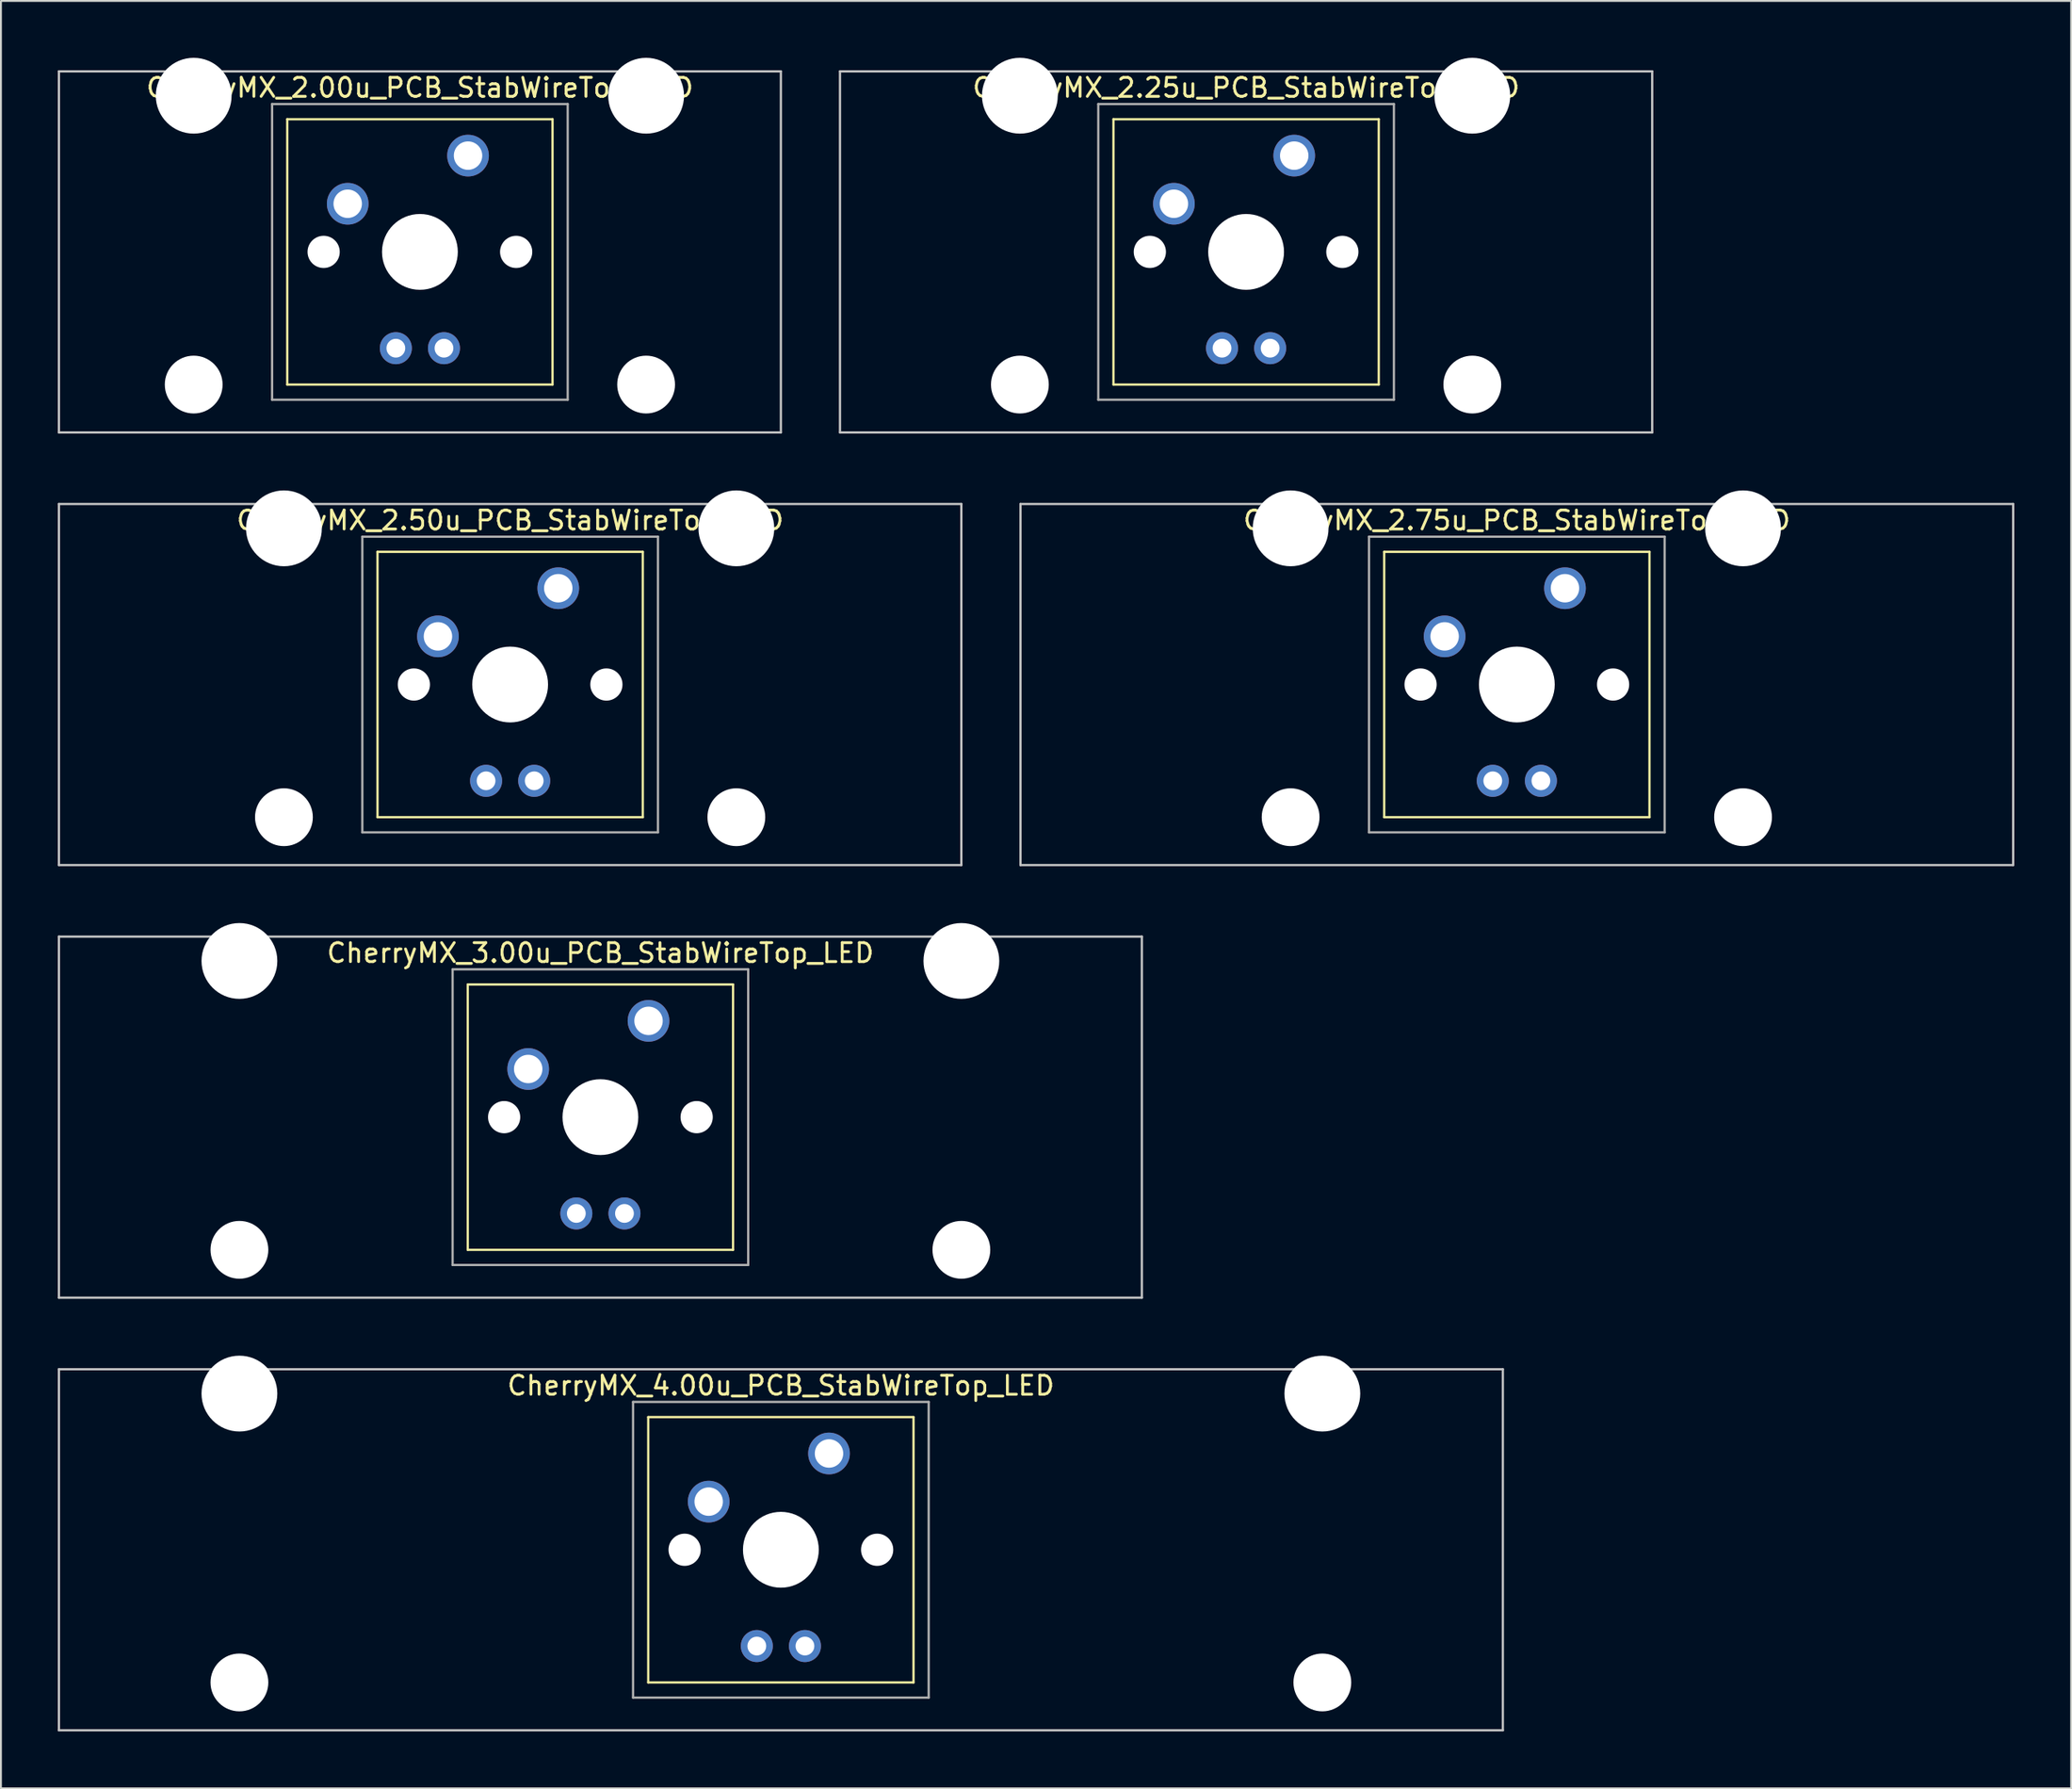
<source format=kicad_pcb>
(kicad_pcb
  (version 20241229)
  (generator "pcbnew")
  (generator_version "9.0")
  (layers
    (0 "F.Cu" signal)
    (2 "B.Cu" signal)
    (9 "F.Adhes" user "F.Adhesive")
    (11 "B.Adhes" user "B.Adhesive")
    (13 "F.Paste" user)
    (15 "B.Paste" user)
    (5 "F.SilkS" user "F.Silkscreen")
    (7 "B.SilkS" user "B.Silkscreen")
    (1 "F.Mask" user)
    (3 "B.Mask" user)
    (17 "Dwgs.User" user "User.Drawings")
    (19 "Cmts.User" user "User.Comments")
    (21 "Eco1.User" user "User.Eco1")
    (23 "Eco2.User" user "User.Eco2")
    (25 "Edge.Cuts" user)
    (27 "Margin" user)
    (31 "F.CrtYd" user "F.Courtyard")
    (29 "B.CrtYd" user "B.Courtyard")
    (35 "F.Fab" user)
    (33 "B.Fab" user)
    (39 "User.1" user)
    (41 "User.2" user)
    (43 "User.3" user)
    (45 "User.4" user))
  (footprint "CherryMX_2.50u_PCB_StabWireTop_LED"
    (layer "F.Cu")
    (at 23.872 33.065)
    (property "Reference" "CherryMX_2.50u_PCB_StabWireTop_LED" (at 0 -8.662 0) (layer "F.SilkS") (effects (font (size 1 1) (thickness 0.15))))
    (attr through_hole)
    (fp_line (start -7 -7) (end -7 7) (stroke (width 0.12) (type solid)) (layer "F.SilkS"))
    (fp_line (start -7 -7) (end 7 -7) (stroke (width 0.12) (type solid)) (layer "F.SilkS"))
    (fp_line (start 7 -7) (end 7 7) (stroke (width 0.12) (type solid)) (layer "F.SilkS"))
    (fp_line (start 7 7) (end -7 7) (stroke (width 0.12) (type solid)) (layer "F.SilkS"))
    (fp_line (start -23.812 -9.525) (end 23.812 -9.525) (stroke (width 0.12) (type solid)) (layer "Dwgs.User"))
    (fp_line (start -23.812 9.525) (end -23.812 -9.525) (stroke (width 0.12) (type solid)) (layer "Dwgs.User"))
    (fp_line (start 23.812 -9.525) (end 23.812 9.525) (stroke (width 0.12) (type solid)) (layer "Dwgs.User"))
    (fp_line (start 23.812 9.525) (end -23.812 9.525) (stroke (width 0.12) (type solid)) (layer "Dwgs.User"))
    (fp_line (start -7.8 -7.8) (end -7.8 7.8) (stroke (width 0.12) (type solid)) (layer "F.Fab"))
    (fp_line (start -7.8 -7.8) (end 7.8 -7.8) (stroke (width 0.12) (type solid)) (layer "F.Fab"))
    (fp_line (start -7.8 7.8) (end 7.8 7.8) (stroke (width 0.12) (type solid)) (layer "F.Fab"))
    (fp_line (start 7.8 -7.8) (end 7.8 7.8) (stroke (width 0.12) (type solid)) (layer "F.Fab"))
    (pad "" np_thru_hole circle (at -11.938 -8.24) (size 4 4) (drill 4) (layers "*.Cu" "*.Mask"))
    (pad "" np_thru_hole circle (at -11.938 7) (size 3.05 3.05) (drill 3.05) (layers "*.Cu" "*.Mask"))
    (pad "" np_thru_hole circle (at -5.08 0) (size 1.7 1.7) (drill 1.7) (layers "*.Cu" "*.Mask"))
    (pad "" np_thru_hole circle (at 0 0) (size 4 4) (drill 4) (layers "*.Cu" "*.Mask"))
    (pad "" np_thru_hole circle (at 5.08 0) (size 1.7 1.7) (drill 1.7) (layers "*.Cu" "*.Mask"))
    (pad "" np_thru_hole circle (at 11.938 -8.24) (size 4 4) (drill 4) (layers "*.Cu" "*.Mask"))
    (pad "" np_thru_hole circle (at 11.938 7) (size 3.05 3.05) (drill 3.05) (layers "*.Cu" "*.Mask"))
    (pad "1" thru_hole circle (at -3.81 -2.54) (size 2.2 2.2) (drill 1.5) (layers "*.Cu" "*.Mask"))
    (pad "2" thru_hole circle (at 2.54 -5.08) (size 2.2 2.2) (drill 1.5) (layers "*.Cu" "*.Mask"))
    (pad "3" thru_hole circle (at -1.27 5.08) (size 1.691 1.691) (drill 0.991) (layers "*.Cu" "*.Mask"))
    (pad "4" thru_hole circle (at 1.27 5.08) (size 1.691 1.691) (drill 0.991) (layers "*.Cu" "*.Mask")))
  (footprint "CherryMX_4.00u_PCB_StabWireTop_LED"
    (layer "F.Cu")
    (at 38.16 78.715)
    (property "Reference" "CherryMX_4.00u_PCB_StabWireTop_LED" (at 0 -8.662 0) (layer "F.SilkS") (effects (font (size 1 1) (thickness 0.15))))
    (attr through_hole)
    (fp_line (start -7 -7) (end -7 7) (stroke (width 0.12) (type solid)) (layer "F.SilkS"))
    (fp_line (start -7 -7) (end 7 -7) (stroke (width 0.12) (type solid)) (layer "F.SilkS"))
    (fp_line (start 7 -7) (end 7 7) (stroke (width 0.12) (type solid)) (layer "F.SilkS"))
    (fp_line (start 7 7) (end -7 7) (stroke (width 0.12) (type solid)) (layer "F.SilkS"))
    (fp_line (start -38.1 -9.525) (end 38.1 -9.525) (stroke (width 0.12) (type solid)) (layer "Dwgs.User"))
    (fp_line (start -38.1 9.525) (end -38.1 -9.525) (stroke (width 0.12) (type solid)) (layer "Dwgs.User"))
    (fp_line (start 38.1 -9.525) (end 38.1 9.525) (stroke (width 0.12) (type solid)) (layer "Dwgs.User"))
    (fp_line (start 38.1 9.525) (end -38.1 9.525) (stroke (width 0.12) (type solid)) (layer "Dwgs.User"))
    (fp_line (start -7.8 -7.8) (end -7.8 7.8) (stroke (width 0.12) (type solid)) (layer "F.Fab"))
    (fp_line (start -7.8 -7.8) (end 7.8 -7.8) (stroke (width 0.12) (type solid)) (layer "F.Fab"))
    (fp_line (start -7.8 7.8) (end 7.8 7.8) (stroke (width 0.12) (type solid)) (layer "F.Fab"))
    (fp_line (start 7.8 -7.8) (end 7.8 7.8) (stroke (width 0.12) (type solid)) (layer "F.Fab"))
    (pad "" np_thru_hole circle (at -28.575 -8.24) (size 4 4) (drill 4) (layers "*.Cu" "*.Mask"))
    (pad "" np_thru_hole circle (at -28.575 7) (size 3.05 3.05) (drill 3.05) (layers "*.Cu" "*.Mask"))
    (pad "" np_thru_hole circle (at -5.08 0) (size 1.7 1.7) (drill 1.7) (layers "*.Cu" "*.Mask"))
    (pad "" np_thru_hole circle (at 0 0) (size 4 4) (drill 4) (layers "*.Cu" "*.Mask"))
    (pad "" np_thru_hole circle (at 5.08 0) (size 1.7 1.7) (drill 1.7) (layers "*.Cu" "*.Mask"))
    (pad "" np_thru_hole circle (at 28.575 -8.24) (size 4 4) (drill 4) (layers "*.Cu" "*.Mask"))
    (pad "" np_thru_hole circle (at 28.575 7) (size 3.05 3.05) (drill 3.05) (layers "*.Cu" "*.Mask"))
    (pad "1" thru_hole circle (at -3.81 -2.54) (size 2.2 2.2) (drill 1.5) (layers "*.Cu" "*.Mask"))
    (pad "2" thru_hole circle (at 2.54 -5.08) (size 2.2 2.2) (drill 1.5) (layers "*.Cu" "*.Mask"))
    (pad "3" thru_hole circle (at -1.27 5.08) (size 1.691 1.691) (drill 0.991) (layers "*.Cu" "*.Mask"))
    (pad "4" thru_hole circle (at 1.27 5.08) (size 1.691 1.691) (drill 0.991) (layers "*.Cu" "*.Mask")))
  (footprint "CherryMX_2.00u_PCB_StabWireTop_LED"
    (layer "F.Cu")
    (at 19.11 10.24)
    (property "Reference" "CherryMX_2.00u_PCB_StabWireTop_LED" (at 0 -8.662 0) (layer "F.SilkS") (effects (font (size 1 1) (thickness 0.15))))
    (attr through_hole)
    (fp_line (start -7 -7) (end -7 7) (stroke (width 0.12) (type solid)) (layer "F.SilkS"))
    (fp_line (start -7 -7) (end 7 -7) (stroke (width 0.12) (type solid)) (layer "F.SilkS"))
    (fp_line (start 7 -7) (end 7 7) (stroke (width 0.12) (type solid)) (layer "F.SilkS"))
    (fp_line (start 7 7) (end -7 7) (stroke (width 0.12) (type solid)) (layer "F.SilkS"))
    (fp_line (start -19.05 -9.525) (end 19.05 -9.525) (stroke (width 0.12) (type solid)) (layer "Dwgs.User"))
    (fp_line (start -19.05 9.525) (end -19.05 -9.525) (stroke (width 0.12) (type solid)) (layer "Dwgs.User"))
    (fp_line (start 19.05 -9.525) (end 19.05 9.525) (stroke (width 0.12) (type solid)) (layer "Dwgs.User"))
    (fp_line (start 19.05 9.525) (end -19.05 9.525) (stroke (width 0.12) (type solid)) (layer "Dwgs.User"))
    (fp_line (start -7.8 -7.8) (end -7.8 7.8) (stroke (width 0.12) (type solid)) (layer "F.Fab"))
    (fp_line (start -7.8 -7.8) (end 7.8 -7.8) (stroke (width 0.12) (type solid)) (layer "F.Fab"))
    (fp_line (start -7.8 7.8) (end 7.8 7.8) (stroke (width 0.12) (type solid)) (layer "F.Fab"))
    (fp_line (start 7.8 -7.8) (end 7.8 7.8) (stroke (width 0.12) (type solid)) (layer "F.Fab"))
    (pad "" np_thru_hole circle (at -11.938 -8.24) (size 4 4) (drill 4) (layers "*.Cu" "*.Mask"))
    (pad "" np_thru_hole circle (at -11.938 7) (size 3.05 3.05) (drill 3.05) (layers "*.Cu" "*.Mask"))
    (pad "" np_thru_hole circle (at -5.08 0) (size 1.7 1.7) (drill 1.7) (layers "*.Cu" "*.Mask"))
    (pad "" np_thru_hole circle (at 0 0) (size 4 4) (drill 4) (layers "*.Cu" "*.Mask"))
    (pad "" np_thru_hole circle (at 5.08 0) (size 1.7 1.7) (drill 1.7) (layers "*.Cu" "*.Mask"))
    (pad "" np_thru_hole circle (at 11.938 -8.24) (size 4 4) (drill 4) (layers "*.Cu" "*.Mask"))
    (pad "" np_thru_hole circle (at 11.938 7) (size 3.05 3.05) (drill 3.05) (layers "*.Cu" "*.Mask"))
    (pad "1" thru_hole circle (at -3.81 -2.54) (size 2.2 2.2) (drill 1.5) (layers "*.Cu" "*.Mask"))
    (pad "2" thru_hole circle (at 2.54 -5.08) (size 2.2 2.2) (drill 1.5) (layers "*.Cu" "*.Mask"))
    (pad "3" thru_hole circle (at -1.27 5.08) (size 1.691 1.691) (drill 0.991) (layers "*.Cu" "*.Mask"))
    (pad "4" thru_hole circle (at 1.27 5.08) (size 1.691 1.691) (drill 0.991) (layers "*.Cu" "*.Mask")))
  (footprint "CherryMX_3.00u_PCB_StabWireTop_LED"
    (layer "F.Cu")
    (at 28.635 55.89)
    (property "Reference" "CherryMX_3.00u_PCB_StabWireTop_LED" (at 0 -8.662 0) (layer "F.SilkS") (effects (font (size 1 1) (thickness 0.15))))
    (attr through_hole)
    (fp_line (start -7 -7) (end -7 7) (stroke (width 0.12) (type solid)) (layer "F.SilkS"))
    (fp_line (start -7 -7) (end 7 -7) (stroke (width 0.12) (type solid)) (layer "F.SilkS"))
    (fp_line (start 7 -7) (end 7 7) (stroke (width 0.12) (type solid)) (layer "F.SilkS"))
    (fp_line (start 7 7) (end -7 7) (stroke (width 0.12) (type solid)) (layer "F.SilkS"))
    (fp_line (start -28.575 -9.525) (end 28.575 -9.525) (stroke (width 0.12) (type solid)) (layer "Dwgs.User"))
    (fp_line (start -28.575 9.525) (end -28.575 -9.525) (stroke (width 0.12) (type solid)) (layer "Dwgs.User"))
    (fp_line (start 28.575 -9.525) (end 28.575 9.525) (stroke (width 0.12) (type solid)) (layer "Dwgs.User"))
    (fp_line (start 28.575 9.525) (end -28.575 9.525) (stroke (width 0.12) (type solid)) (layer "Dwgs.User"))
    (fp_line (start -7.8 -7.8) (end -7.8 7.8) (stroke (width 0.12) (type solid)) (layer "F.Fab"))
    (fp_line (start -7.8 -7.8) (end 7.8 -7.8) (stroke (width 0.12) (type solid)) (layer "F.Fab"))
    (fp_line (start -7.8 7.8) (end 7.8 7.8) (stroke (width 0.12) (type solid)) (layer "F.Fab"))
    (fp_line (start 7.8 -7.8) (end 7.8 7.8) (stroke (width 0.12) (type solid)) (layer "F.Fab"))
    (pad "" np_thru_hole circle (at -19.05 -8.24) (size 4 4) (drill 4) (layers "*.Cu" "*.Mask"))
    (pad "" np_thru_hole circle (at -19.05 7) (size 3.05 3.05) (drill 3.05) (layers "*.Cu" "*.Mask"))
    (pad "" np_thru_hole circle (at -5.08 0) (size 1.7 1.7) (drill 1.7) (layers "*.Cu" "*.Mask"))
    (pad "" np_thru_hole circle (at 0 0) (size 4 4) (drill 4) (layers "*.Cu" "*.Mask"))
    (pad "" np_thru_hole circle (at 5.08 0) (size 1.7 1.7) (drill 1.7) (layers "*.Cu" "*.Mask"))
    (pad "" np_thru_hole circle (at 19.05 -8.24) (size 4 4) (drill 4) (layers "*.Cu" "*.Mask"))
    (pad "" np_thru_hole circle (at 19.05 7) (size 3.05 3.05) (drill 3.05) (layers "*.Cu" "*.Mask"))
    (pad "1" thru_hole circle (at -3.81 -2.54) (size 2.2 2.2) (drill 1.5) (layers "*.Cu" "*.Mask"))
    (pad "2" thru_hole circle (at 2.54 -5.08) (size 2.2 2.2) (drill 1.5) (layers "*.Cu" "*.Mask"))
    (pad "3" thru_hole circle (at -1.27 5.08) (size 1.691 1.691) (drill 0.991) (layers "*.Cu" "*.Mask"))
    (pad "4" thru_hole circle (at 1.27 5.08) (size 1.691 1.691) (drill 0.991) (layers "*.Cu" "*.Mask")))
  (footprint "CherryMX_2.75u_PCB_StabWireTop_LED"
    (layer "F.Cu")
    (at 76.999 33.065)
    (property "Reference" "CherryMX_2.75u_PCB_StabWireTop_LED" (at 0 -8.662 0) (layer "F.SilkS") (effects (font (size 1 1) (thickness 0.15))))
    (attr through_hole)
    (fp_line (start -7 -7) (end -7 7) (stroke (width 0.12) (type solid)) (layer "F.SilkS"))
    (fp_line (start -7 -7) (end 7 -7) (stroke (width 0.12) (type solid)) (layer "F.SilkS"))
    (fp_line (start 7 -7) (end 7 7) (stroke (width 0.12) (type solid)) (layer "F.SilkS"))
    (fp_line (start 7 7) (end -7 7) (stroke (width 0.12) (type solid)) (layer "F.SilkS"))
    (fp_line (start -26.194 -9.525) (end 26.194 -9.525) (stroke (width 0.12) (type solid)) (layer "Dwgs.User"))
    (fp_line (start -26.194 9.525) (end -26.194 -9.525) (stroke (width 0.12) (type solid)) (layer "Dwgs.User"))
    (fp_line (start 26.194 -9.525) (end 26.194 9.525) (stroke (width 0.12) (type solid)) (layer "Dwgs.User"))
    (fp_line (start 26.194 9.525) (end -26.194 9.525) (stroke (width 0.12) (type solid)) (layer "Dwgs.User"))
    (fp_line (start -7.8 -7.8) (end -7.8 7.8) (stroke (width 0.12) (type solid)) (layer "F.Fab"))
    (fp_line (start -7.8 -7.8) (end 7.8 -7.8) (stroke (width 0.12) (type solid)) (layer "F.Fab"))
    (fp_line (start -7.8 7.8) (end 7.8 7.8) (stroke (width 0.12) (type solid)) (layer "F.Fab"))
    (fp_line (start 7.8 -7.8) (end 7.8 7.8) (stroke (width 0.12) (type solid)) (layer "F.Fab"))
    (pad "" np_thru_hole circle (at -11.938 -8.24) (size 4 4) (drill 4) (layers "*.Cu" "*.Mask"))
    (pad "" np_thru_hole circle (at -11.938 7) (size 3.05 3.05) (drill 3.05) (layers "*.Cu" "*.Mask"))
    (pad "" np_thru_hole circle (at -5.08 0) (size 1.7 1.7) (drill 1.7) (layers "*.Cu" "*.Mask"))
    (pad "" np_thru_hole circle (at 0 0) (size 4 4) (drill 4) (layers "*.Cu" "*.Mask"))
    (pad "" np_thru_hole circle (at 5.08 0) (size 1.7 1.7) (drill 1.7) (layers "*.Cu" "*.Mask"))
    (pad "" np_thru_hole circle (at 11.938 -8.24) (size 4 4) (drill 4) (layers "*.Cu" "*.Mask"))
    (pad "" np_thru_hole circle (at 11.938 7) (size 3.05 3.05) (drill 3.05) (layers "*.Cu" "*.Mask"))
    (pad "1" thru_hole circle (at -3.81 -2.54) (size 2.2 2.2) (drill 1.5) (layers "*.Cu" "*.Mask"))
    (pad "2" thru_hole circle (at 2.54 -5.08) (size 2.2 2.2) (drill 1.5) (layers "*.Cu" "*.Mask"))
    (pad "3" thru_hole circle (at -1.27 5.08) (size 1.691 1.691) (drill 0.991) (layers "*.Cu" "*.Mask"))
    (pad "4" thru_hole circle (at 1.27 5.08) (size 1.691 1.691) (drill 0.991) (layers "*.Cu" "*.Mask")))
  (footprint "CherryMX_2.25u_PCB_StabWireTop_LED"
    (layer "F.Cu")
    (at 62.711 10.24)
    (property "Reference" "CherryMX_2.25u_PCB_StabWireTop_LED" (at 0 -8.662 0) (layer "F.SilkS") (effects (font (size 1 1) (thickness 0.15))))
    (attr through_hole)
    (fp_line (start -7 -7) (end -7 7) (stroke (width 0.12) (type solid)) (layer "F.SilkS"))
    (fp_line (start -7 -7) (end 7 -7) (stroke (width 0.12) (type solid)) (layer "F.SilkS"))
    (fp_line (start 7 -7) (end 7 7) (stroke (width 0.12) (type solid)) (layer "F.SilkS"))
    (fp_line (start 7 7) (end -7 7) (stroke (width 0.12) (type solid)) (layer "F.SilkS"))
    (fp_line (start -21.431 -9.525) (end 21.431 -9.525) (stroke (width 0.12) (type solid)) (layer "Dwgs.User"))
    (fp_line (start -21.431 9.525) (end -21.431 -9.525) (stroke (width 0.12) (type solid)) (layer "Dwgs.User"))
    (fp_line (start 21.431 -9.525) (end 21.431 9.525) (stroke (width 0.12) (type solid)) (layer "Dwgs.User"))
    (fp_line (start 21.431 9.525) (end -21.431 9.525) (stroke (width 0.12) (type solid)) (layer "Dwgs.User"))
    (fp_line (start -7.8 -7.8) (end -7.8 7.8) (stroke (width 0.12) (type solid)) (layer "F.Fab"))
    (fp_line (start -7.8 -7.8) (end 7.8 -7.8) (stroke (width 0.12) (type solid)) (layer "F.Fab"))
    (fp_line (start -7.8 7.8) (end 7.8 7.8) (stroke (width 0.12) (type solid)) (layer "F.Fab"))
    (fp_line (start 7.8 -7.8) (end 7.8 7.8) (stroke (width 0.12) (type solid)) (layer "F.Fab"))
    (pad "" np_thru_hole circle (at -11.938 -8.24) (size 4 4) (drill 4) (layers "*.Cu" "*.Mask"))
    (pad "" np_thru_hole circle (at -11.938 7) (size 3.05 3.05) (drill 3.05) (layers "*.Cu" "*.Mask"))
    (pad "" np_thru_hole circle (at -5.08 0) (size 1.7 1.7) (drill 1.7) (layers "*.Cu" "*.Mask"))
    (pad "" np_thru_hole circle (at 0 0) (size 4 4) (drill 4) (layers "*.Cu" "*.Mask"))
    (pad "" np_thru_hole circle (at 5.08 0) (size 1.7 1.7) (drill 1.7) (layers "*.Cu" "*.Mask"))
    (pad "" np_thru_hole circle (at 11.938 -8.24) (size 4 4) (drill 4) (layers "*.Cu" "*.Mask"))
    (pad "" np_thru_hole circle (at 11.938 7) (size 3.05 3.05) (drill 3.05) (layers "*.Cu" "*.Mask"))
    (pad "1" thru_hole circle (at -3.81 -2.54) (size 2.2 2.2) (drill 1.5) (layers "*.Cu" "*.Mask"))
    (pad "2" thru_hole circle (at 2.54 -5.08) (size 2.2 2.2) (drill 1.5) (layers "*.Cu" "*.Mask"))
    (pad "3" thru_hole circle (at -1.27 5.08) (size 1.691 1.691) (drill 0.991) (layers "*.Cu" "*.Mask"))
    (pad "4" thru_hole circle (at 1.27 5.08) (size 1.691 1.691) (drill 0.991) (layers "*.Cu" "*.Mask")))
  (gr_rect
    (start -3 -3)
    (end 106.252 91.3)
    (stroke (width 0.1) (type default))
    (fill no)
    (layer "Edge.Cuts")))
</source>
